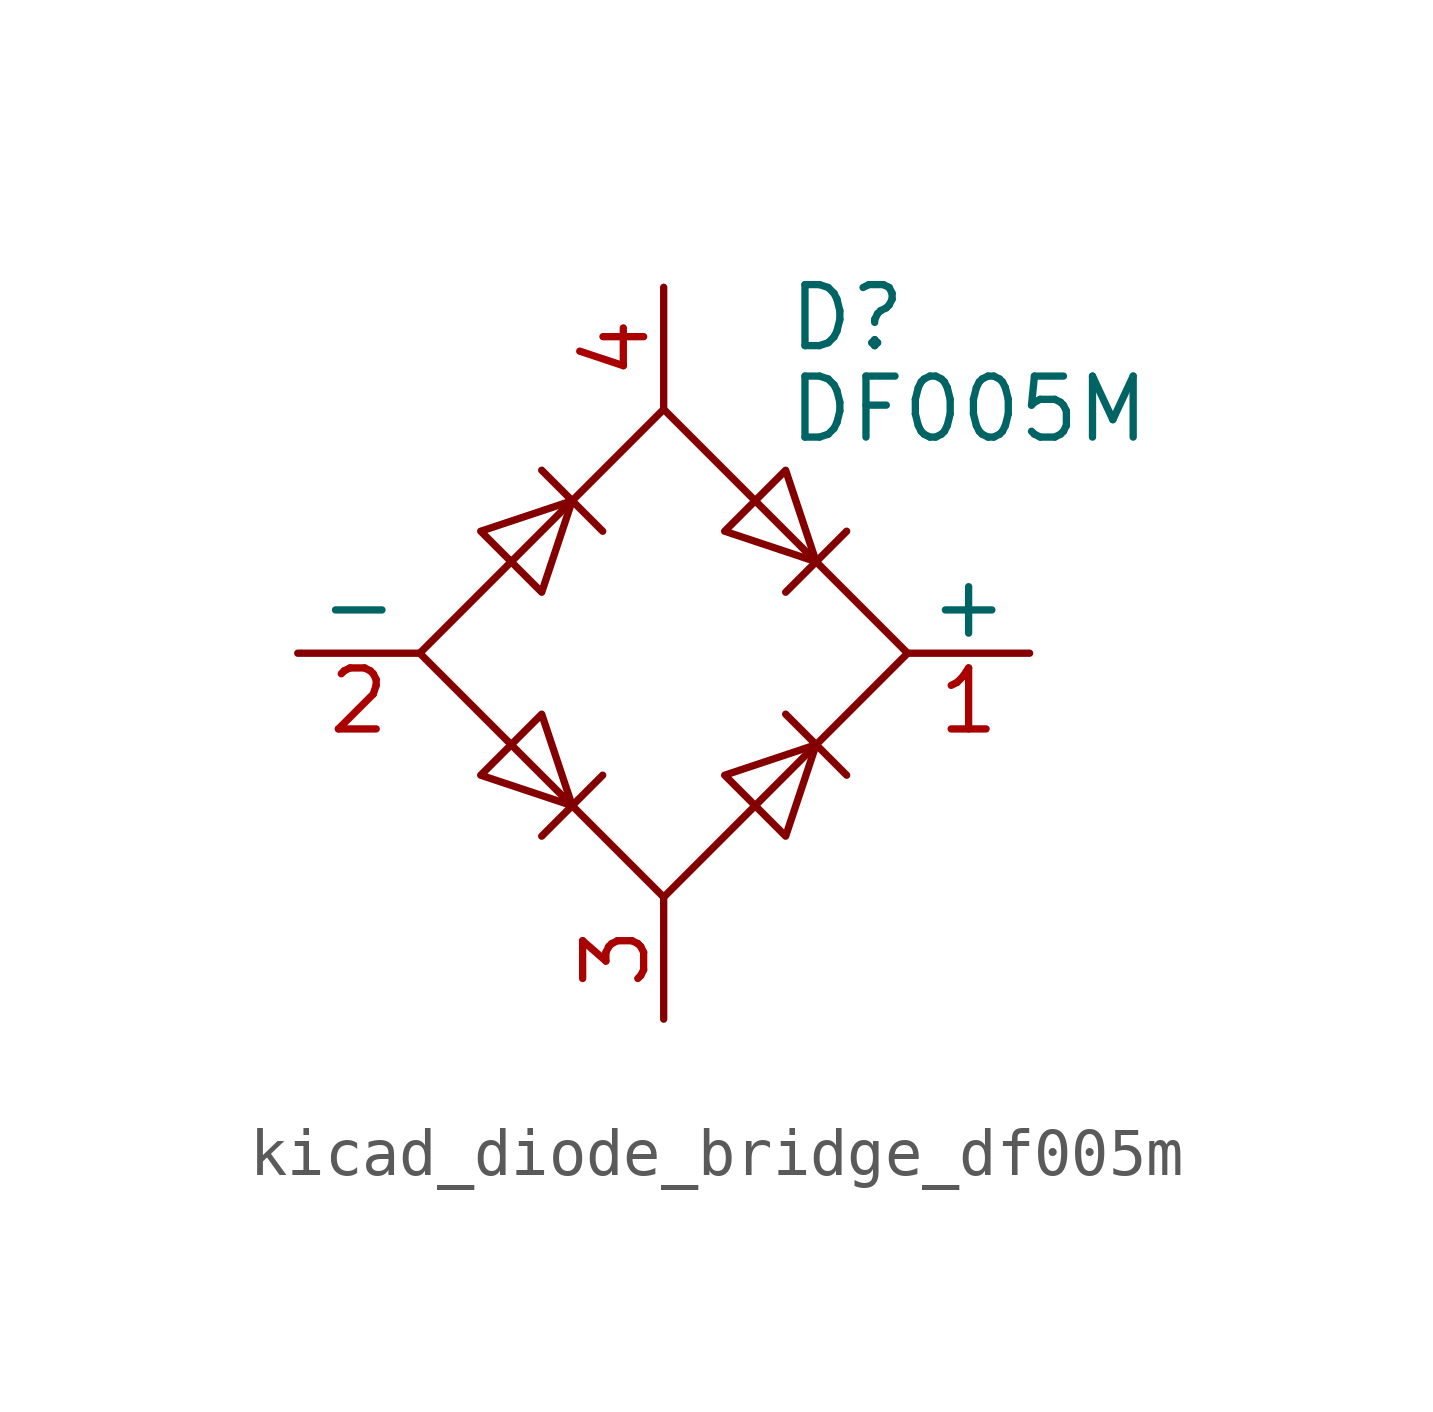
<source format=kicad_sym>
(kicad_symbol_lib
  (version 20220914)
  (generator kicad_symbol_editor)
  (symbol "kicad_diode_bridge_df005m"
    (pin_names
      (offset 0))
    (property "Reference" "D"
      (at 2.54 6.985 0)
      (effects (font (size 1.27 1.27)) (justify left)))
    (property "Value" "DF005M"
      (at 2.54 5.08 0)
      (effects (font (size 1.27 1.27)) (justify left)))
    (symbol "kicad_diode_bridge_df005m_0_1"
      (polyline (pts (xy -2.54 3.81) (xy -1.27 2.54)) (stroke (width 0) (type default)) (fill (type none)))
      (polyline (pts (xy -1.27 -2.54) (xy -2.54 -3.81)) (stroke (width 0) (type default)) (fill (type none)))
      (polyline (pts (xy 2.54 -1.27) (xy 3.81 -2.54)) (stroke (width 0) (type default)) (fill (type none)))
      (polyline (pts (xy 2.54 1.27) (xy 3.81 2.54)) (stroke (width 0) (type default)) (fill (type none)))
      (polyline (pts (xy -3.81 2.54) (xy -2.54 1.27) (xy -1.905 3.175) (xy -3.81 2.54)) (stroke (width 0) (type default)) (fill (type none)))
      (polyline (pts (xy -2.54 -1.27) (xy -3.81 -2.54) (xy -1.905 -3.175) (xy -2.54 -1.27)) (stroke (width 0) (type default)) (fill (type none)))
      (polyline (pts (xy 1.27 2.54) (xy 2.54 3.81) (xy 3.175 1.905) (xy 1.27 2.54)) (stroke (width 0) (type default)) (fill (type none)))
      (polyline (pts (xy 3.175 -1.905) (xy 1.27 -2.54) (xy 2.54 -3.81) (xy 3.175 -1.905)) (stroke (width 0) (type default)) (fill (type none)))
      (polyline (pts (xy -5.08 0) (xy 0 -5.08) (xy 5.08 0) (xy 0 5.08) (xy -5.08 0)) (stroke (width 0) (type default)) (fill (type none))))
    (symbol "kicad_diode_bridge_df005m_1_1"
      (pin passive line (at 7.62 0 180) (length 2.54) (name "+" (effects (font (size 1.27 1.27)))) (number "1" (effects (font (size 1.27 1.27)))))
      (pin passive line (at -7.62 0 0) (length 2.54) (name "-" (effects (font (size 1.27 1.27)))) (number "2" (effects (font (size 1.27 1.27)))))
      (pin passive line (at 0 -7.62 90) (length 2.54) (name "~" (effects (font (size 1.27 1.27)))) (number "3" (effects (font (size 1.27 1.27)))))
      (pin passive line (at 0 7.62 270) (length 2.54) (name "~" (effects (font (size 1.27 1.27)))) (number "4" (effects (font (size 1.27 1.27))))))))
</source>
